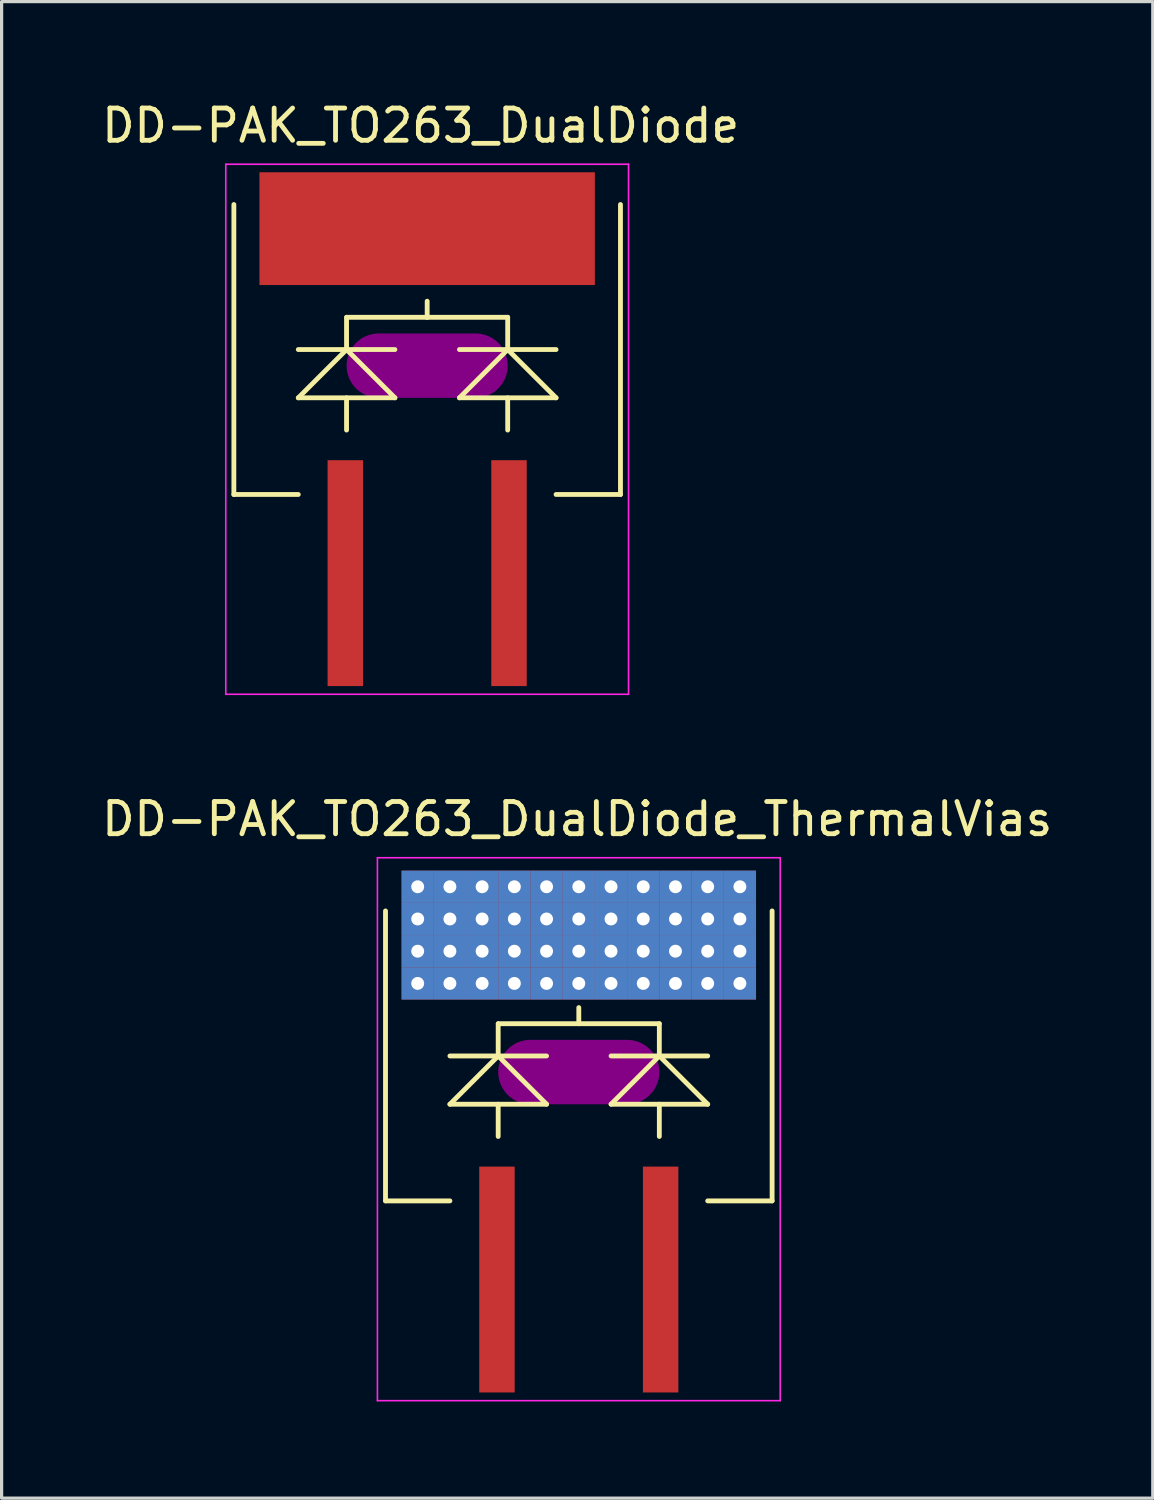
<source format=kicad_pcb>
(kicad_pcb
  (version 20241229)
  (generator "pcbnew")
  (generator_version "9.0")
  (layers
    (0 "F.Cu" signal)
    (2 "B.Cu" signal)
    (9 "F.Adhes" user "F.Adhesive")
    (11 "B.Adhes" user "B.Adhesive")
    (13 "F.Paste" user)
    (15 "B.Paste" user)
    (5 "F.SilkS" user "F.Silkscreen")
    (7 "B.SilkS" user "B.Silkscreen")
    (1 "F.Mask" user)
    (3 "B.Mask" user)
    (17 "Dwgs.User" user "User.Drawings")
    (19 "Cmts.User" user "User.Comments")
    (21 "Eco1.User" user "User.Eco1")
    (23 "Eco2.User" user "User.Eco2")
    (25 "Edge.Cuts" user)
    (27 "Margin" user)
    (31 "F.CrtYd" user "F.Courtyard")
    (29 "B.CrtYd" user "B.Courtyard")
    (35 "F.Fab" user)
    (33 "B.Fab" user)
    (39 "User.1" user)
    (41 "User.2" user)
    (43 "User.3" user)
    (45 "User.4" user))
  (footprint "DD-PAK_TO263_DualDiode_ThermalVias"
    (layer "F.Cu")
    (at 14.913 32.22)
    (property "Reference" "DD-PAK_TO263_DualDiode_ThermalVias" (at -0.05 -9.85 0) (layer "F.SilkS") (effects (font (size 1 1) (thickness 0.15))))
    (attr smd)
    (fp_line (start -5.5 -8.25) (end 5.5 -8.25) (stroke (width 0.45) (type solid)) (layer "F.Mask"))
    (fp_line (start -5.5 -4.25) (end -5.5 -8.25) (stroke (width 0.45) (type solid)) (layer "F.Mask"))
    (fp_line (start -5.25 -7.25) (end 5.25 -7.25) (stroke (width 0.45) (type solid)) (layer "F.Mask"))
    (fp_line (start -5.25 -6.25) (end 5.25 -6.25) (stroke (width 0.45) (type solid)) (layer "F.Mask"))
    (fp_line (start -5.25 -5.25) (end 5.25 -5.25) (stroke (width 0.45) (type solid)) (layer "F.Mask"))
    (fp_line (start -4.5 -8.05) (end -4.5 -4.5) (stroke (width 0.45) (type solid)) (layer "F.Mask"))
    (fp_line (start -3.5 -8.05) (end -3.5 -4.5) (stroke (width 0.45) (type solid)) (layer "F.Mask"))
    (fp_line (start -2.5 -8.05) (end -2.5 -4.5) (stroke (width 0.45) (type solid)) (layer "F.Mask"))
    (fp_line (start -1.5 -8.05) (end -1.5 -4.5) (stroke (width 0.45) (type solid)) (layer "F.Mask"))
    (fp_line (start -0.5 -8.05) (end -0.5 -4.5) (stroke (width 0.45) (type solid)) (layer "F.Mask"))
    (fp_line (start 0.5 -8.05) (end 0.5 -4.5) (stroke (width 0.45) (type solid)) (layer "F.Mask"))
    (fp_line (start 1.5 -8.05) (end 1.5 -4.5) (stroke (width 0.45) (type solid)) (layer "F.Mask"))
    (fp_line (start 2.5 -8.05) (end 2.5 -4.5) (stroke (width 0.45) (type solid)) (layer "F.Mask"))
    (fp_line (start 3.5 -8.05) (end 3.5 -4.5) (stroke (width 0.45) (type solid)) (layer "F.Mask"))
    (fp_line (start 4.5 -8.05) (end 4.5 -4.5) (stroke (width 0.45) (type solid)) (layer "F.Mask"))
    (fp_line (start 5.5 -8.25) (end 5.5 -4.25) (stroke (width 0.45) (type solid)) (layer "F.Mask"))
    (fp_line (start 5.5 -4.25) (end -5.5 -4.25) (stroke (width 0.45) (type solid)) (layer "F.Mask"))
    (fp_circle (center -5 -7.75) (end -4.9 -7.75) (stroke (width 0.215) (type solid)) (fill no) (layer "F.Mask"))
    (fp_circle (center -5 -6.75) (end -4.9 -6.75) (stroke (width 0.215) (type solid)) (fill no) (layer "F.Mask"))
    (fp_circle (center -5 -5.75) (end -4.9 -5.75) (stroke (width 0.215) (type solid)) (fill no) (layer "F.Mask"))
    (fp_circle (center -5 -4.75) (end -4.9 -4.75) (stroke (width 0.215) (type solid)) (fill no) (layer "F.Mask"))
    (fp_circle (center -4 -7.75) (end -3.9 -7.75) (stroke (width 0.215) (type solid)) (fill no) (layer "F.Mask"))
    (fp_circle (center -4 -6.75) (end -3.9 -6.75) (stroke (width 0.215) (type solid)) (fill no) (layer "F.Mask"))
    (fp_circle (center -4 -5.75) (end -3.9 -5.75) (stroke (width 0.215) (type solid)) (fill no) (layer "F.Mask"))
    (fp_circle (center -4 -4.75) (end -3.9 -4.75) (stroke (width 0.215) (type solid)) (fill no) (layer "F.Mask"))
    (fp_circle (center -3 -7.75) (end -2.9 -7.75) (stroke (width 0.215) (type solid)) (fill no) (layer "F.Mask"))
    (fp_circle (center -3 -6.75) (end -2.9 -6.75) (stroke (width 0.215) (type solid)) (fill no) (layer "F.Mask"))
    (fp_circle (center -3 -5.75) (end -2.9 -5.75) (stroke (width 0.215) (type solid)) (fill no) (layer "F.Mask"))
    (fp_circle (center -3 -4.75) (end -2.9 -4.75) (stroke (width 0.215) (type solid)) (fill no) (layer "F.Mask"))
    (fp_circle (center -2 -7.75) (end -1.9 -7.75) (stroke (width 0.215) (type solid)) (fill no) (layer "F.Mask"))
    (fp_circle (center -2 -6.75) (end -1.9 -6.75) (stroke (width 0.215) (type solid)) (fill no) (layer "F.Mask"))
    (fp_circle (center -2 -5.75) (end -1.9 -5.75) (stroke (width 0.215) (type solid)) (fill no) (layer "F.Mask"))
    (fp_circle (center -2 -4.75) (end -1.9 -4.75) (stroke (width 0.215) (type solid)) (fill no) (layer "F.Mask"))
    (fp_circle (center -1 -7.75) (end -0.9 -7.75) (stroke (width 0.215) (type solid)) (fill no) (layer "F.Mask"))
    (fp_circle (center -1 -6.75) (end -0.9 -6.75) (stroke (width 0.215) (type solid)) (fill no) (layer "F.Mask"))
    (fp_circle (center -1 -5.75) (end -0.9 -5.75) (stroke (width 0.215) (type solid)) (fill no) (layer "F.Mask"))
    (fp_circle (center -1 -4.75) (end -0.9 -4.75) (stroke (width 0.215) (type solid)) (fill no) (layer "F.Mask"))
    (fp_circle (center 0 -7.75) (end 0.1 -7.75) (stroke (width 0.215) (type solid)) (fill no) (layer "F.Mask"))
    (fp_circle (center 0 -6.75) (end 0.1 -6.75) (stroke (width 0.215) (type solid)) (fill no) (layer "F.Mask"))
    (fp_circle (center 0 -5.75) (end 0.1 -5.75) (stroke (width 0.215) (type solid)) (fill no) (layer "F.Mask"))
    (fp_circle (center 0 -4.75) (end 0.1 -4.75) (stroke (width 0.215) (type solid)) (fill no) (layer "F.Mask"))
    (fp_circle (center 1 -7.75) (end 1.1 -7.75) (stroke (width 0.215) (type solid)) (fill no) (layer "F.Mask"))
    (fp_circle (center 1 -6.75) (end 1.1 -6.75) (stroke (width 0.215) (type solid)) (fill no) (layer "F.Mask"))
    (fp_circle (center 1 -5.75) (end 1.1 -5.75) (stroke (width 0.215) (type solid)) (fill no) (layer "F.Mask"))
    (fp_circle (center 1 -4.75) (end 1.1 -4.75) (stroke (width 0.215) (type solid)) (fill no) (layer "F.Mask"))
    (fp_circle (center 2 -7.75) (end 2.1 -7.75) (stroke (width 0.215) (type solid)) (fill no) (layer "F.Mask"))
    (fp_circle (center 2 -6.75) (end 2.1 -6.75) (stroke (width 0.215) (type solid)) (fill no) (layer "F.Mask"))
    (fp_circle (center 2 -5.75) (end 2.1 -5.75) (stroke (width 0.215) (type solid)) (fill no) (layer "F.Mask"))
    (fp_circle (center 2 -4.75) (end 2.1 -4.75) (stroke (width 0.215) (type solid)) (fill no) (layer "F.Mask"))
    (fp_circle (center 3 -7.75) (end 3.1 -7.75) (stroke (width 0.215) (type solid)) (fill no) (layer "F.Mask"))
    (fp_circle (center 3 -6.75) (end 3.1 -6.75) (stroke (width 0.215) (type solid)) (fill no) (layer "F.Mask"))
    (fp_circle (center 3 -5.75) (end 3.1 -5.75) (stroke (width 0.215) (type solid)) (fill no) (layer "F.Mask"))
    (fp_circle (center 3 -4.75) (end 3.1 -4.75) (stroke (width 0.215) (type solid)) (fill no) (layer "F.Mask"))
    (fp_circle (center 4 -7.75) (end 4.1 -7.75) (stroke (width 0.215) (type solid)) (fill no) (layer "F.Mask"))
    (fp_circle (center 4 -6.75) (end 4.1 -6.75) (stroke (width 0.215) (type solid)) (fill no) (layer "F.Mask"))
    (fp_circle (center 4 -5.75) (end 4.1 -5.75) (stroke (width 0.215) (type solid)) (fill no) (layer "F.Mask"))
    (fp_circle (center 4 -4.75) (end 4.1 -4.75) (stroke (width 0.215) (type solid)) (fill no) (layer "F.Mask"))
    (fp_circle (center 5 -7.75) (end 5.1 -7.75) (stroke (width 0.215) (type solid)) (fill no) (layer "F.Mask"))
    (fp_circle (center 5 -6.75) (end 5.1 -6.75) (stroke (width 0.215) (type solid)) (fill no) (layer "F.Mask"))
    (fp_circle (center 5 -5.75) (end 5.1 -5.75) (stroke (width 0.215) (type solid)) (fill no) (layer "F.Mask"))
    (fp_circle (center 5 -4.75) (end 5.1 -4.75) (stroke (width 0.215) (type solid)) (fill no) (layer "F.Mask"))
    (fp_line (start -5.999 -7) (end -5.999 1.999) (stroke (width 0.15) (type solid)) (layer "F.SilkS"))
    (fp_line (start -5.999 1.999) (end -4 1.999) (stroke (width 0.15) (type solid)) (layer "F.SilkS"))
    (fp_line (start -4 -2.499) (end -1.001 -2.499) (stroke (width 0.15) (type solid)) (layer "F.SilkS"))
    (fp_line (start -4 -1.001) (end -1.001 -1.001) (stroke (width 0.15) (type solid)) (layer "F.SilkS"))
    (fp_line (start -2.502 -2.499) (end -4 -1.001) (stroke (width 0.15) (type solid)) (layer "F.SilkS"))
    (fp_line (start -2.502 -2.499) (end -2.502 -3.5) (stroke (width 0.15) (type solid)) (layer "F.SilkS"))
    (fp_line (start -2.502 -1.001) (end -2.502 0) (stroke (width 0.15) (type solid)) (layer "F.SilkS"))
    (fp_line (start -2.499 -3.5) (end 0 -3.5) (stroke (width 0.15) (type solid)) (layer "F.SilkS"))
    (fp_line (start -1.001 -1.001) (end -2.502 -2.499) (stroke (width 0.15) (type solid)) (layer "F.SilkS"))
    (fp_line (start 0 -3.5) (end 0 -4) (stroke (width 0.15) (type solid)) (layer "F.SilkS"))
    (fp_line (start 1.001 -2.499) (end 4 -2.499) (stroke (width 0.15) (type solid)) (layer "F.SilkS"))
    (fp_line (start 1.001 -1.001) (end 4 -1.001) (stroke (width 0.15) (type solid)) (layer "F.SilkS"))
    (fp_line (start 2.499 -3.5) (end 0 -3.5) (stroke (width 0.15) (type solid)) (layer "F.SilkS"))
    (fp_line (start 2.499 -2.499) (end 1.001 -1.001) (stroke (width 0.15) (type solid)) (layer "F.SilkS"))
    (fp_line (start 2.499 -2.499) (end 2.499 -3.5) (stroke (width 0.15) (type solid)) (layer "F.SilkS"))
    (fp_line (start 2.499 -1.001) (end 2.499 0) (stroke (width 0.15) (type solid)) (layer "F.SilkS"))
    (fp_line (start 4 -1.001) (end 2.499 -2.499) (stroke (width 0.15) (type solid)) (layer "F.SilkS"))
    (fp_line (start 4 1.999) (end 5.999 1.999) (stroke (width 0.15) (type solid)) (layer "F.SilkS"))
    (fp_line (start 5.999 1.999) (end 5.999 -7) (stroke (width 0.15) (type solid)) (layer "F.SilkS"))
    (fp_line (start -5.25 -7.25) (end 5.25 -7.25) (stroke (width 0.45) (type solid)) (layer "F.Paste"))
    (fp_line (start -5.25 -6.25) (end 5.25 -6.25) (stroke (width 0.45) (type solid)) (layer "F.Paste"))
    (fp_line (start -5.25 -5.25) (end 5.25 -5.25) (stroke (width 0.45) (type solid)) (layer "F.Paste"))
    (fp_line (start -4.5 -8.05) (end -4.5 -4.5) (stroke (width 0.45) (type solid)) (layer "F.Paste"))
    (fp_line (start -3.5 -8.05) (end -3.5 -4.5) (stroke (width 0.45) (type solid)) (layer "F.Paste"))
    (fp_line (start -2.5 -8.05) (end -2.5 -4.5) (stroke (width 0.45) (type solid)) (layer "F.Paste"))
    (fp_line (start -1.5 -8.05) (end -1.5 -4.5) (stroke (width 0.45) (type solid)) (layer "F.Paste"))
    (fp_line (start -0.5 -8.05) (end -0.5 -4.5) (stroke (width 0.45) (type solid)) (layer "F.Paste"))
    (fp_line (start 0.5 -8.05) (end 0.5 -4.5) (stroke (width 0.45) (type solid)) (layer "F.Paste"))
    (fp_line (start 1.5 -8.05) (end 1.5 -4.5) (stroke (width 0.45) (type solid)) (layer "F.Paste"))
    (fp_line (start 2.5 -8.05) (end 2.5 -4.5) (stroke (width 0.45) (type solid)) (layer "F.Paste"))
    (fp_line (start 3.5 -8.05) (end 3.5 -4.5) (stroke (width 0.45) (type solid)) (layer "F.Paste"))
    (fp_line (start 4.5 -8.05) (end 4.5 -4.5) (stroke (width 0.45) (type solid)) (layer "F.Paste"))
    (fp_line (start -6.25 -8.65) (end 6.25 -8.65) (stroke (width 0.05) (type solid)) (layer "F.CrtYd"))
    (fp_line (start -6.25 8.2) (end -6.25 -8.65) (stroke (width 0.05) (type solid)) (layer "F.CrtYd"))
    (fp_line (start 6.25 -8.65) (end 6.25 8.2) (stroke (width 0.05) (type solid)) (layer "F.CrtYd"))
    (fp_line (start 6.25 8.2) (end -6.25 8.2) (stroke (width 0.05) (type solid)) (layer "F.CrtYd"))
    (pad "" smd oval (at 0 -1.999) (size 5.001 1.999) (layers "F.Adhes"))
    (pad "1" smd rect (at -2.54 4.44) (size 1.1 7.01) (layers "F.Cu" "F.Mask" "F.Paste"))
    (pad "2" thru_hole rect (at -5 -7.75) (size 1 1) (drill 0.4) (layers "*.Cu" "B.Mask"))
    (pad "2" thru_hole rect (at -5 -6.75) (size 1 1) (drill 0.4) (layers "*.Cu" "B.Mask"))
    (pad "2" thru_hole rect (at -5 -5.75) (size 1 1) (drill 0.4) (layers "*.Cu" "B.Mask"))
    (pad "2" thru_hole rect (at -5 -4.75) (size 1 1) (drill 0.4) (layers "*.Cu" "B.Mask"))
    (pad "2" thru_hole rect (at -4 -7.75) (size 1 1) (drill 0.4) (layers "*.Cu" "B.Mask"))
    (pad "2" thru_hole rect (at -4 -6.75) (size 1 1) (drill 0.4) (layers "*.Cu" "B.Mask"))
    (pad "2" thru_hole rect (at -4 -5.75) (size 1 1) (drill 0.4) (layers "*.Cu" "B.Mask"))
    (pad "2" thru_hole rect (at -4 -4.75) (size 1 1) (drill 0.4) (layers "*.Cu" "B.Mask"))
    (pad "2" thru_hole rect (at -3 -7.75) (size 1 1) (drill 0.4) (layers "*.Cu" "B.Mask"))
    (pad "2" thru_hole rect (at -3 -6.75) (size 1 1) (drill 0.4) (layers "*.Cu" "B.Mask"))
    (pad "2" thru_hole rect (at -3 -5.75) (size 1 1) (drill 0.4) (layers "*.Cu" "B.Mask"))
    (pad "2" thru_hole rect (at -3 -4.75) (size 1 1) (drill 0.4) (layers "*.Cu" "B.Mask"))
    (pad "2" thru_hole rect (at -2 -7.75) (size 1 1) (drill 0.4) (layers "*.Cu" "B.Mask"))
    (pad "2" thru_hole rect (at -2 -6.75) (size 1 1) (drill 0.4) (layers "*.Cu" "B.Mask"))
    (pad "2" thru_hole rect (at -2 -5.75) (size 1 1) (drill 0.4) (layers "*.Cu" "B.Mask"))
    (pad "2" thru_hole rect (at -2 -4.75) (size 1 1) (drill 0.4) (layers "*.Cu" "B.Mask"))
    (pad "2" thru_hole rect (at -1 -7.75) (size 1 1) (drill 0.4) (layers "*.Cu" "B.Mask"))
    (pad "2" thru_hole rect (at -1 -6.75) (size 1 1) (drill 0.4) (layers "*.Cu" "B.Mask"))
    (pad "2" thru_hole rect (at -1 -5.75) (size 1 1) (drill 0.4) (layers "*.Cu" "B.Mask"))
    (pad "2" thru_hole rect (at -1 -4.75) (size 1 1) (drill 0.4) (layers "*.Cu" "B.Mask"))
    (pad "2" thru_hole rect (at 0 -7.75) (size 1 1) (drill 0.4) (layers "*.Cu" "B.Mask"))
    (pad "2" thru_hole rect (at 0 -6.75) (size 1 1) (drill 0.4) (layers "*.Cu" "B.Mask"))
    (pad "2" thru_hole rect (at 0 -5.75) (size 1 1) (drill 0.4) (layers "*.Cu" "B.Mask"))
    (pad "2" thru_hole rect (at 0 -4.75) (size 1 1) (drill 0.4) (layers "*.Cu" "B.Mask"))
    (pad "2" thru_hole rect (at 1 -7.75) (size 1 1) (drill 0.4) (layers "*.Cu" "B.Mask"))
    (pad "2" thru_hole rect (at 1 -6.75) (size 1 1) (drill 0.4) (layers "*.Cu" "B.Mask"))
    (pad "2" thru_hole rect (at 1 -5.75) (size 1 1) (drill 0.4) (layers "*.Cu" "B.Mask"))
    (pad "2" thru_hole rect (at 1 -4.75) (size 1 1) (drill 0.4) (layers "*.Cu" "B.Mask"))
    (pad "2" thru_hole rect (at 2 -7.75) (size 1 1) (drill 0.4) (layers "*.Cu" "B.Mask"))
    (pad "2" thru_hole rect (at 2 -6.75) (size 1 1) (drill 0.4) (layers "*.Cu" "B.Mask"))
    (pad "2" thru_hole rect (at 2 -5.75) (size 1 1) (drill 0.4) (layers "*.Cu" "B.Mask"))
    (pad "2" thru_hole rect (at 2 -4.75) (size 1 1) (drill 0.4) (layers "*.Cu" "B.Mask"))
    (pad "2" thru_hole rect (at 3 -7.75) (size 1 1) (drill 0.4) (layers "*.Cu" "B.Mask"))
    (pad "2" thru_hole rect (at 3 -6.75) (size 1 1) (drill 0.4) (layers "*.Cu" "B.Mask"))
    (pad "2" thru_hole rect (at 3 -5.75) (size 1 1) (drill 0.4) (layers "*.Cu" "B.Mask"))
    (pad "2" thru_hole rect (at 3 -4.75) (size 1 1) (drill 0.4) (layers "*.Cu" "B.Mask"))
    (pad "2" thru_hole rect (at 4 -7.75) (size 1 1) (drill 0.4) (layers "*.Cu" "B.Mask"))
    (pad "2" thru_hole rect (at 4 -6.75) (size 1 1) (drill 0.4) (layers "*.Cu" "B.Mask"))
    (pad "2" thru_hole rect (at 4 -5.75) (size 1 1) (drill 0.4) (layers "*.Cu" "B.Mask"))
    (pad "2" thru_hole rect (at 4 -4.75) (size 1 1) (drill 0.4) (layers "*.Cu" "B.Mask"))
    (pad "2" thru_hole rect (at 5 -7.75) (size 1 1) (drill 0.4) (layers "*.Cu" "B.Mask"))
    (pad "2" thru_hole rect (at 5 -6.75) (size 1 1) (drill 0.4) (layers "*.Cu" "B.Mask"))
    (pad "2" thru_hole rect (at 5 -5.75) (size 1 1) (drill 0.4) (layers "*.Cu" "B.Mask"))
    (pad "2" thru_hole rect (at 5 -4.75) (size 1 1) (drill 0.4) (layers "*.Cu" "B.Mask"))
    (pad "3" smd rect (at 2.54 4.44) (size 1.1 7.01) (layers "F.Cu" "F.Mask" "F.Paste")))
  (footprint "DD-PAK_TO263_DualDiode"
    (layer "F.Cu")
    (at 10.207 10.297)
    (property "Reference" "DD-PAK_TO263_DualDiode" (at -0.201 -9.449 0) (layer "F.SilkS") (effects (font (size 1 1) (thickness 0.15))))
    (attr smd)
    (fp_line (start -5.999 -7) (end -5.999 1.999) (stroke (width 0.15) (type solid)) (layer "F.SilkS"))
    (fp_line (start -5.999 1.999) (end -4 1.999) (stroke (width 0.15) (type solid)) (layer "F.SilkS"))
    (fp_line (start -4 -2.499) (end -1.001 -2.499) (stroke (width 0.15) (type solid)) (layer "F.SilkS"))
    (fp_line (start -4 -1.001) (end -1.001 -1.001) (stroke (width 0.15) (type solid)) (layer "F.SilkS"))
    (fp_line (start -2.502 -2.499) (end -4 -1.001) (stroke (width 0.15) (type solid)) (layer "F.SilkS"))
    (fp_line (start -2.502 -2.499) (end -2.502 -3.5) (stroke (width 0.15) (type solid)) (layer "F.SilkS"))
    (fp_line (start -2.502 -1.001) (end -2.502 0) (stroke (width 0.15) (type solid)) (layer "F.SilkS"))
    (fp_line (start -2.499 -3.5) (end 0 -3.5) (stroke (width 0.15) (type solid)) (layer "F.SilkS"))
    (fp_line (start -1.001 -1.001) (end -2.502 -2.499) (stroke (width 0.15) (type solid)) (layer "F.SilkS"))
    (fp_line (start 0 -3.5) (end 0 -4) (stroke (width 0.15) (type solid)) (layer "F.SilkS"))
    (fp_line (start 1.001 -2.499) (end 4 -2.499) (stroke (width 0.15) (type solid)) (layer "F.SilkS"))
    (fp_line (start 1.001 -1.001) (end 4 -1.001) (stroke (width 0.15) (type solid)) (layer "F.SilkS"))
    (fp_line (start 2.499 -3.5) (end 0 -3.5) (stroke (width 0.15) (type solid)) (layer "F.SilkS"))
    (fp_line (start 2.499 -2.499) (end 1.001 -1.001) (stroke (width 0.15) (type solid)) (layer "F.SilkS"))
    (fp_line (start 2.499 -2.499) (end 2.499 -3.5) (stroke (width 0.15) (type solid)) (layer "F.SilkS"))
    (fp_line (start 2.499 -1.001) (end 2.499 0) (stroke (width 0.15) (type solid)) (layer "F.SilkS"))
    (fp_line (start 4 -1.001) (end 2.499 -2.499) (stroke (width 0.15) (type solid)) (layer "F.SilkS"))
    (fp_line (start 4 1.999) (end 5.999 1.999) (stroke (width 0.15) (type solid)) (layer "F.SilkS"))
    (fp_line (start 5.999 1.999) (end 5.999 -7) (stroke (width 0.15) (type solid)) (layer "F.SilkS"))
    (fp_line (start -6.25 -8.25) (end 6.25 -8.25) (stroke (width 0.05) (type solid)) (layer "F.CrtYd"))
    (fp_line (start -6.25 8.2) (end -6.25 -8.25) (stroke (width 0.05) (type solid)) (layer "F.CrtYd"))
    (fp_line (start 6.25 -8.25) (end 6.25 8.2) (stroke (width 0.05) (type solid)) (layer "F.CrtYd"))
    (fp_line (start 6.25 8.2) (end -6.25 8.2) (stroke (width 0.05) (type solid)) (layer "F.CrtYd"))
    (pad "" smd oval (at 0 -1.999) (size 5.001 1.999) (layers "F.Adhes"))
    (pad "1" smd rect (at -2.54 4.44) (size 1.1 7.01) (layers "F.Cu" "F.Mask" "F.Paste"))
    (pad "2" smd rect (at 0 -6.251) (size 10.409 3.5) (layers "F.Cu" "F.Mask" "F.Paste"))
    (pad "3" smd rect (at 2.54 4.44) (size 1.1 7.01) (layers "F.Cu" "F.Mask" "F.Paste")))
  (gr_rect
    (start -3 -3)
    (end 32.726 43.445)
    (stroke (width 0.1) (type default))
    (fill no)
    (layer "Edge.Cuts")))
</source>
